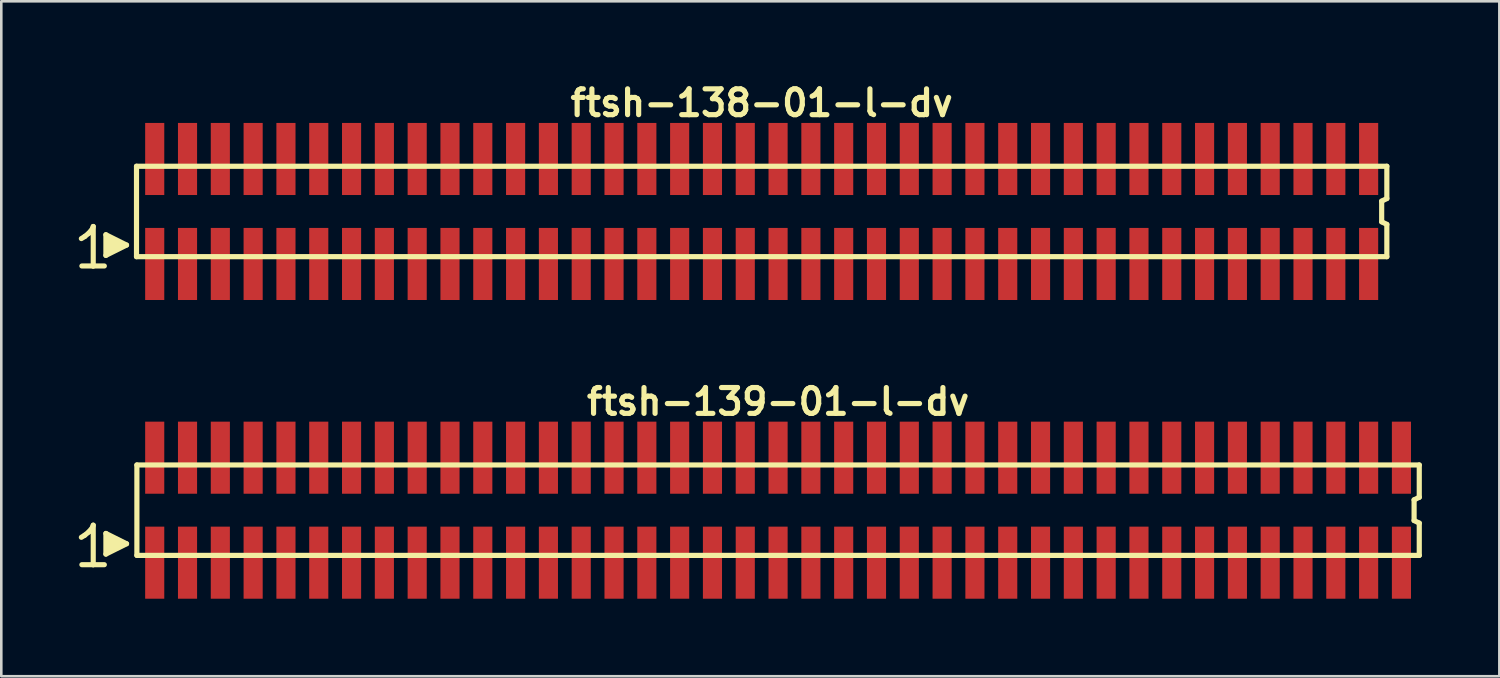
<source format=kicad_pcb>
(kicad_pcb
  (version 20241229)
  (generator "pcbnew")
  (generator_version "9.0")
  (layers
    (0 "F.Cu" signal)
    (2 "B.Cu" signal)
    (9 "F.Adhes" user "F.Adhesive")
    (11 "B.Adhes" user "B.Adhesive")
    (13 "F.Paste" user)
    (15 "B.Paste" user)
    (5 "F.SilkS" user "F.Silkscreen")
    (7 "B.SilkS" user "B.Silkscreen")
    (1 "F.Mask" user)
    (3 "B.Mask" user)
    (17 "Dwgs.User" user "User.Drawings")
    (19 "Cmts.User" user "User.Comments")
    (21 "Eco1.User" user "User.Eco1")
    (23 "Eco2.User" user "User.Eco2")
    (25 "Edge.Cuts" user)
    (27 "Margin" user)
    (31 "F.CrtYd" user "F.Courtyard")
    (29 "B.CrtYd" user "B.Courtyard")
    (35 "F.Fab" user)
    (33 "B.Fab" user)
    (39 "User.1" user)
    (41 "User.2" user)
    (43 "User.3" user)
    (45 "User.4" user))
  (footprint "ftsh-138-01-l-dv"
    (layer "F.Cu")
    (at 26.434 5.136)
    (property "Reference" "ftsh-138-01-l-dv" (at 0 -4.2 0) (layer "F.SilkS") (effects (font (size 1 1) (thickness 0.2))))
    (attr through_hole)
    (fp_line (start -26.335 1.05) (end -26.205 0.97) (stroke (width 0.198) (type solid)) (layer "F.SilkS"))
    (fp_line (start -26.205 0.97) (end -26.045 0.84) (stroke (width 0.198) (type solid)) (layer "F.SilkS"))
    (fp_line (start -26.045 0.84) (end -25.905 0.67) (stroke (width 0.198) (type solid)) (layer "F.SilkS"))
    (fp_line (start -25.905 0.67) (end -25.875 0.58) (stroke (width 0.198) (type solid)) (layer "F.SilkS"))
    (fp_line (start -25.875 0.58) (end -25.875 2.11) (stroke (width 0.198) (type solid)) (layer "F.SilkS"))
    (fp_line (start -25.875 2.11) (end -26.315 2.11) (stroke (width 0.198) (type solid)) (layer "F.SilkS"))
    (fp_line (start -25.445 2.11) (end -25.885 2.11) (stroke (width 0.198) (type solid)) (layer "F.SilkS"))
    (fp_line (start -25.385 0.9) (end -24.585 1.3) (stroke (width 0.198) (type solid)) (layer "F.SilkS"))
    (fp_line (start -25.385 1.7) (end -25.385 0.9) (stroke (width 0.198) (type solid)) (layer "F.SilkS"))
    (fp_line (start -25.285 1.6) (end -25.285 1) (stroke (width 0.198) (type solid)) (layer "F.SilkS"))
    (fp_line (start -25.185 1.1) (end -25.185 1.5) (stroke (width 0.198) (type solid)) (layer "F.SilkS"))
    (fp_line (start -25.085 1.5) (end -25.085 1.1) (stroke (width 0.198) (type solid)) (layer "F.SilkS"))
    (fp_line (start -24.985 1.2) (end -24.985 1.4) (stroke (width 0.198) (type solid)) (layer "F.SilkS"))
    (fp_line (start -24.885 1.4) (end -24.885 1.2) (stroke (width 0.198) (type solid)) (layer "F.SilkS"))
    (fp_line (start -24.585 1.3) (end -25.385 1.7) (stroke (width 0.198) (type solid)) (layer "F.SilkS"))
    (fp_line (start -24.2 -1.75) (end -24.2 1.75) (stroke (width 0.2) (type solid)) (layer "F.SilkS"))
    (fp_line (start -24.2 -1.75) (end 24.2 -1.75) (stroke (width 0.2) (type solid)) (layer "F.SilkS"))
    (fp_line (start -24.2 1.75) (end 24.2 1.75) (stroke (width 0.2) (type solid)) (layer "F.SilkS"))
    (fp_line (start 24 -0.4) (end 24 0.4) (stroke (width 0.2) (type solid)) (layer "F.SilkS"))
    (fp_line (start 24 0.4) (end 24.2 0.5) (stroke (width 0.2) (type solid)) (layer "F.SilkS"))
    (fp_line (start 24.2 -0.5) (end 24 -0.4) (stroke (width 0.2) (type solid)) (layer "F.SilkS"))
    (fp_line (start 24.2 -0.5) (end 24.2 -1.75) (stroke (width 0.2) (type solid)) (layer "F.SilkS"))
    (fp_line (start 24.2 0.5) (end 24.2 1.75) (stroke (width 0.2) (type solid)) (layer "F.SilkS"))
    (pad "1" smd rect (at -23.495 2.032) (size 0.74 2.79) (layers "F.Cu" "F.Mask" "F.Paste"))
    (pad "2" smd rect (at -23.495 -2.032) (size 0.74 2.79) (layers "F.Cu" "F.Mask" "F.Paste"))
    (pad "3" smd rect (at -22.225 2.032) (size 0.74 2.79) (layers "F.Cu" "F.Mask" "F.Paste"))
    (pad "4" smd rect (at -22.225 -2.032) (size 0.74 2.79) (layers "F.Cu" "F.Mask" "F.Paste"))
    (pad "5" smd rect (at -20.955 2.032) (size 0.74 2.79) (layers "F.Cu" "F.Mask" "F.Paste"))
    (pad "6" smd rect (at -20.955 -2.032) (size 0.74 2.79) (layers "F.Cu" "F.Mask" "F.Paste"))
    (pad "7" smd rect (at -19.685 2.032) (size 0.74 2.79) (layers "F.Cu" "F.Mask" "F.Paste"))
    (pad "8" smd rect (at -19.685 -2.032) (size 0.74 2.79) (layers "F.Cu" "F.Mask" "F.Paste"))
    (pad "9" smd rect (at -18.415 2.032) (size 0.74 2.79) (layers "F.Cu" "F.Mask" "F.Paste"))
    (pad "10" smd rect (at -18.415 -2.032) (size 0.74 2.79) (layers "F.Cu" "F.Mask" "F.Paste"))
    (pad "11" smd rect (at -17.145 2.032) (size 0.74 2.79) (layers "F.Cu" "F.Mask" "F.Paste"))
    (pad "12" smd rect (at -17.145 -2.032) (size 0.74 2.79) (layers "F.Cu" "F.Mask" "F.Paste"))
    (pad "13" smd rect (at -15.875 2.032) (size 0.74 2.79) (layers "F.Cu" "F.Mask" "F.Paste"))
    (pad "14" smd rect (at -15.875 -2.032) (size 0.74 2.79) (layers "F.Cu" "F.Mask" "F.Paste"))
    (pad "15" smd rect (at -14.605 2.032) (size 0.74 2.79) (layers "F.Cu" "F.Mask" "F.Paste"))
    (pad "16" smd rect (at -14.605 -2.032) (size 0.74 2.79) (layers "F.Cu" "F.Mask" "F.Paste"))
    (pad "17" smd rect (at -13.335 2.032) (size 0.74 2.79) (layers "F.Cu" "F.Mask" "F.Paste"))
    (pad "18" smd rect (at -13.335 -2.032) (size 0.74 2.79) (layers "F.Cu" "F.Mask" "F.Paste"))
    (pad "19" smd rect (at -12.065 2.032) (size 0.74 2.79) (layers "F.Cu" "F.Mask" "F.Paste"))
    (pad "20" smd rect (at -12.065 -2.032) (size 0.74 2.79) (layers "F.Cu" "F.Mask" "F.Paste"))
    (pad "21" smd rect (at -10.795 2.032) (size 0.74 2.79) (layers "F.Cu" "F.Mask" "F.Paste"))
    (pad "22" smd rect (at -10.795 -2.032) (size 0.74 2.79) (layers "F.Cu" "F.Mask" "F.Paste"))
    (pad "23" smd rect (at -9.525 2.032) (size 0.74 2.79) (layers "F.Cu" "F.Mask" "F.Paste"))
    (pad "24" smd rect (at -9.525 -2.032) (size 0.74 2.79) (layers "F.Cu" "F.Mask" "F.Paste"))
    (pad "25" smd rect (at -8.255 2.032) (size 0.74 2.79) (layers "F.Cu" "F.Mask" "F.Paste"))
    (pad "26" smd rect (at -8.255 -2.032) (size 0.74 2.79) (layers "F.Cu" "F.Mask" "F.Paste"))
    (pad "27" smd rect (at -6.985 2.032) (size 0.74 2.79) (layers "F.Cu" "F.Mask" "F.Paste"))
    (pad "28" smd rect (at -6.985 -2.032) (size 0.74 2.79) (layers "F.Cu" "F.Mask" "F.Paste"))
    (pad "29" smd rect (at -5.715 2.032) (size 0.74 2.79) (layers "F.Cu" "F.Mask" "F.Paste"))
    (pad "30" smd rect (at -5.715 -2.032) (size 0.74 2.79) (layers "F.Cu" "F.Mask" "F.Paste"))
    (pad "31" smd rect (at -4.445 2.032) (size 0.74 2.79) (layers "F.Cu" "F.Mask" "F.Paste"))
    (pad "32" smd rect (at -4.445 -2.032) (size 0.74 2.79) (layers "F.Cu" "F.Mask" "F.Paste"))
    (pad "33" smd rect (at -3.175 2.032) (size 0.74 2.79) (layers "F.Cu" "F.Mask" "F.Paste"))
    (pad "34" smd rect (at -3.175 -2.032) (size 0.74 2.79) (layers "F.Cu" "F.Mask" "F.Paste"))
    (pad "35" smd rect (at -1.905 2.032) (size 0.74 2.79) (layers "F.Cu" "F.Mask" "F.Paste"))
    (pad "36" smd rect (at -1.905 -2.032) (size 0.74 2.79) (layers "F.Cu" "F.Mask" "F.Paste"))
    (pad "37" smd rect (at -0.635 2.032) (size 0.74 2.79) (layers "F.Cu" "F.Mask" "F.Paste"))
    (pad "38" smd rect (at -0.635 -2.032) (size 0.74 2.79) (layers "F.Cu" "F.Mask" "F.Paste"))
    (pad "39" smd rect (at 0.635 2.032) (size 0.74 2.79) (layers "F.Cu" "F.Mask" "F.Paste"))
    (pad "40" smd rect (at 0.635 -2.032) (size 0.74 2.79) (layers "F.Cu" "F.Mask" "F.Paste"))
    (pad "41" smd rect (at 1.905 2.032) (size 0.74 2.79) (layers "F.Cu" "F.Mask" "F.Paste"))
    (pad "42" smd rect (at 1.905 -2.032) (size 0.74 2.79) (layers "F.Cu" "F.Mask" "F.Paste"))
    (pad "43" smd rect (at 3.175 2.032) (size 0.74 2.79) (layers "F.Cu" "F.Mask" "F.Paste"))
    (pad "44" smd rect (at 3.175 -2.032) (size 0.74 2.79) (layers "F.Cu" "F.Mask" "F.Paste"))
    (pad "45" smd rect (at 4.445 2.032) (size 0.74 2.79) (layers "F.Cu" "F.Mask" "F.Paste"))
    (pad "46" smd rect (at 4.445 -2.032) (size 0.74 2.79) (layers "F.Cu" "F.Mask" "F.Paste"))
    (pad "47" smd rect (at 5.715 2.032) (size 0.74 2.79) (layers "F.Cu" "F.Mask" "F.Paste"))
    (pad "48" smd rect (at 5.715 -2.032) (size 0.74 2.79) (layers "F.Cu" "F.Mask" "F.Paste"))
    (pad "49" smd rect (at 6.985 2.032) (size 0.74 2.79) (layers "F.Cu" "F.Mask" "F.Paste"))
    (pad "50" smd rect (at 6.985 -2.032) (size 0.74 2.79) (layers "F.Cu" "F.Mask" "F.Paste"))
    (pad "51" smd rect (at 8.255 2.032) (size 0.74 2.79) (layers "F.Cu" "F.Mask" "F.Paste"))
    (pad "52" smd rect (at 8.255 -2.032) (size 0.74 2.79) (layers "F.Cu" "F.Mask" "F.Paste"))
    (pad "53" smd rect (at 9.525 2.032) (size 0.74 2.79) (layers "F.Cu" "F.Mask" "F.Paste"))
    (pad "54" smd rect (at 9.525 -2.032) (size 0.74 2.79) (layers "F.Cu" "F.Mask" "F.Paste"))
    (pad "55" smd rect (at 10.795 2.032) (size 0.74 2.79) (layers "F.Cu" "F.Mask" "F.Paste"))
    (pad "56" smd rect (at 10.795 -2.032) (size 0.74 2.79) (layers "F.Cu" "F.Mask" "F.Paste"))
    (pad "57" smd rect (at 12.065 2.032) (size 0.74 2.79) (layers "F.Cu" "F.Mask" "F.Paste"))
    (pad "58" smd rect (at 12.065 -2.032) (size 0.74 2.79) (layers "F.Cu" "F.Mask" "F.Paste"))
    (pad "59" smd rect (at 13.335 2.032) (size 0.74 2.79) (layers "F.Cu" "F.Mask" "F.Paste"))
    (pad "60" smd rect (at 13.335 -2.032) (size 0.74 2.79) (layers "F.Cu" "F.Mask" "F.Paste"))
    (pad "61" smd rect (at 14.605 2.032) (size 0.74 2.79) (layers "F.Cu" "F.Mask" "F.Paste"))
    (pad "62" smd rect (at 14.605 -2.032) (size 0.74 2.79) (layers "F.Cu" "F.Mask" "F.Paste"))
    (pad "63" smd rect (at 15.875 2.032) (size 0.74 2.79) (layers "F.Cu" "F.Mask" "F.Paste"))
    (pad "64" smd rect (at 15.875 -2.032) (size 0.74 2.79) (layers "F.Cu" "F.Mask" "F.Paste"))
    (pad "65" smd rect (at 17.145 2.032) (size 0.74 2.79) (layers "F.Cu" "F.Mask" "F.Paste"))
    (pad "66" smd rect (at 17.145 -2.032) (size 0.74 2.79) (layers "F.Cu" "F.Mask" "F.Paste"))
    (pad "67" smd rect (at 18.415 2.032) (size 0.74 2.79) (layers "F.Cu" "F.Mask" "F.Paste"))
    (pad "68" smd rect (at 18.415 -2.032) (size 0.74 2.79) (layers "F.Cu" "F.Mask" "F.Paste"))
    (pad "69" smd rect (at 19.685 2.032) (size 0.74 2.79) (layers "F.Cu" "F.Mask" "F.Paste"))
    (pad "70" smd rect (at 19.685 -2.032) (size 0.74 2.79) (layers "F.Cu" "F.Mask" "F.Paste"))
    (pad "71" smd rect (at 20.955 2.032) (size 0.74 2.79) (layers "F.Cu" "F.Mask" "F.Paste"))
    (pad "72" smd rect (at 20.955 -2.032) (size 0.74 2.79) (layers "F.Cu" "F.Mask" "F.Paste"))
    (pad "73" smd rect (at 22.225 2.032) (size 0.74 2.79) (layers "F.Cu" "F.Mask" "F.Paste"))
    (pad "74" smd rect (at 22.225 -2.032) (size 0.74 2.79) (layers "F.Cu" "F.Mask" "F.Paste"))
    (pad "75" smd rect (at 23.495 2.032) (size 0.74 2.79) (layers "F.Cu" "F.Mask" "F.Paste"))
    (pad "76" smd rect (at 23.495 -2.032) (size 0.74 2.79) (layers "F.Cu" "F.Mask" "F.Paste")))
  (footprint "ftsh-139-01-l-dv"
    (layer "F.Cu")
    (at 27.069 16.699)
    (property "Reference" "ftsh-139-01-l-dv" (at 0 -4.2 0) (layer "F.SilkS") (effects (font (size 1 1) (thickness 0.2))))
    (attr through_hole)
    (fp_line (start -26.97 1.05) (end -26.84 0.97) (stroke (width 0.198) (type solid)) (layer "F.SilkS"))
    (fp_line (start -26.84 0.97) (end -26.68 0.84) (stroke (width 0.198) (type solid)) (layer "F.SilkS"))
    (fp_line (start -26.68 0.84) (end -26.54 0.67) (stroke (width 0.198) (type solid)) (layer "F.SilkS"))
    (fp_line (start -26.54 0.67) (end -26.51 0.58) (stroke (width 0.198) (type solid)) (layer "F.SilkS"))
    (fp_line (start -26.51 0.58) (end -26.51 2.11) (stroke (width 0.198) (type solid)) (layer "F.SilkS"))
    (fp_line (start -26.51 2.11) (end -26.95 2.11) (stroke (width 0.198) (type solid)) (layer "F.SilkS"))
    (fp_line (start -26.08 2.11) (end -26.52 2.11) (stroke (width 0.198) (type solid)) (layer "F.SilkS"))
    (fp_line (start -26.02 0.9) (end -25.22 1.3) (stroke (width 0.198) (type solid)) (layer "F.SilkS"))
    (fp_line (start -26.02 1.7) (end -26.02 0.9) (stroke (width 0.198) (type solid)) (layer "F.SilkS"))
    (fp_line (start -25.92 1.6) (end -25.92 1) (stroke (width 0.198) (type solid)) (layer "F.SilkS"))
    (fp_line (start -25.82 1.1) (end -25.82 1.5) (stroke (width 0.198) (type solid)) (layer "F.SilkS"))
    (fp_line (start -25.72 1.5) (end -25.72 1.1) (stroke (width 0.198) (type solid)) (layer "F.SilkS"))
    (fp_line (start -25.62 1.2) (end -25.62 1.4) (stroke (width 0.198) (type solid)) (layer "F.SilkS"))
    (fp_line (start -25.52 1.4) (end -25.52 1.2) (stroke (width 0.198) (type solid)) (layer "F.SilkS"))
    (fp_line (start -25.22 1.3) (end -26.02 1.7) (stroke (width 0.198) (type solid)) (layer "F.SilkS"))
    (fp_line (start -24.82 -1.75) (end -24.82 1.75) (stroke (width 0.2) (type solid)) (layer "F.SilkS"))
    (fp_line (start -24.82 -1.75) (end 24.82 -1.75) (stroke (width 0.2) (type solid)) (layer "F.SilkS"))
    (fp_line (start -24.82 1.75) (end 24.82 1.75) (stroke (width 0.2) (type solid)) (layer "F.SilkS"))
    (fp_line (start 24.62 -0.4) (end 24.62 0.4) (stroke (width 0.2) (type solid)) (layer "F.SilkS"))
    (fp_line (start 24.62 0.4) (end 24.82 0.5) (stroke (width 0.2) (type solid)) (layer "F.SilkS"))
    (fp_line (start 24.82 -0.5) (end 24.62 -0.4) (stroke (width 0.2) (type solid)) (layer "F.SilkS"))
    (fp_line (start 24.82 -0.5) (end 24.82 -1.75) (stroke (width 0.2) (type solid)) (layer "F.SilkS"))
    (fp_line (start 24.82 0.5) (end 24.82 1.75) (stroke (width 0.2) (type solid)) (layer "F.SilkS"))
    (pad "1" smd rect (at -24.13 2.032) (size 0.74 2.79) (layers "F.Cu" "F.Mask" "F.Paste"))
    (pad "2" smd rect (at -24.13 -2.032) (size 0.74 2.79) (layers "F.Cu" "F.Mask" "F.Paste"))
    (pad "3" smd rect (at -22.86 2.032) (size 0.74 2.79) (layers "F.Cu" "F.Mask" "F.Paste"))
    (pad "4" smd rect (at -22.86 -2.032) (size 0.74 2.79) (layers "F.Cu" "F.Mask" "F.Paste"))
    (pad "5" smd rect (at -21.59 2.032) (size 0.74 2.79) (layers "F.Cu" "F.Mask" "F.Paste"))
    (pad "6" smd rect (at -21.59 -2.032) (size 0.74 2.79) (layers "F.Cu" "F.Mask" "F.Paste"))
    (pad "7" smd rect (at -20.32 2.032) (size 0.74 2.79) (layers "F.Cu" "F.Mask" "F.Paste"))
    (pad "8" smd rect (at -20.32 -2.032) (size 0.74 2.79) (layers "F.Cu" "F.Mask" "F.Paste"))
    (pad "9" smd rect (at -19.05 2.032) (size 0.74 2.79) (layers "F.Cu" "F.Mask" "F.Paste"))
    (pad "10" smd rect (at -19.05 -2.032) (size 0.74 2.79) (layers "F.Cu" "F.Mask" "F.Paste"))
    (pad "11" smd rect (at -17.78 2.032) (size 0.74 2.79) (layers "F.Cu" "F.Mask" "F.Paste"))
    (pad "12" smd rect (at -17.78 -2.032) (size 0.74 2.79) (layers "F.Cu" "F.Mask" "F.Paste"))
    (pad "13" smd rect (at -16.51 2.032) (size 0.74 2.79) (layers "F.Cu" "F.Mask" "F.Paste"))
    (pad "14" smd rect (at -16.51 -2.032) (size 0.74 2.79) (layers "F.Cu" "F.Mask" "F.Paste"))
    (pad "15" smd rect (at -15.24 2.032) (size 0.74 2.79) (layers "F.Cu" "F.Mask" "F.Paste"))
    (pad "16" smd rect (at -15.24 -2.032) (size 0.74 2.79) (layers "F.Cu" "F.Mask" "F.Paste"))
    (pad "17" smd rect (at -13.97 2.032) (size 0.74 2.79) (layers "F.Cu" "F.Mask" "F.Paste"))
    (pad "18" smd rect (at -13.97 -2.032) (size 0.74 2.79) (layers "F.Cu" "F.Mask" "F.Paste"))
    (pad "19" smd rect (at -12.7 2.032) (size 0.74 2.79) (layers "F.Cu" "F.Mask" "F.Paste"))
    (pad "20" smd rect (at -12.7 -2.032) (size 0.74 2.79) (layers "F.Cu" "F.Mask" "F.Paste"))
    (pad "21" smd rect (at -11.43 2.032) (size 0.74 2.79) (layers "F.Cu" "F.Mask" "F.Paste"))
    (pad "22" smd rect (at -11.43 -2.032) (size 0.74 2.79) (layers "F.Cu" "F.Mask" "F.Paste"))
    (pad "23" smd rect (at -10.16 2.032) (size 0.74 2.79) (layers "F.Cu" "F.Mask" "F.Paste"))
    (pad "24" smd rect (at -10.16 -2.032) (size 0.74 2.79) (layers "F.Cu" "F.Mask" "F.Paste"))
    (pad "25" smd rect (at -8.89 2.032) (size 0.74 2.79) (layers "F.Cu" "F.Mask" "F.Paste"))
    (pad "26" smd rect (at -8.89 -2.032) (size 0.74 2.79) (layers "F.Cu" "F.Mask" "F.Paste"))
    (pad "27" smd rect (at -7.62 2.032) (size 0.74 2.79) (layers "F.Cu" "F.Mask" "F.Paste"))
    (pad "28" smd rect (at -7.62 -2.032) (size 0.74 2.79) (layers "F.Cu" "F.Mask" "F.Paste"))
    (pad "29" smd rect (at -6.35 2.032) (size 0.74 2.79) (layers "F.Cu" "F.Mask" "F.Paste"))
    (pad "30" smd rect (at -6.35 -2.032) (size 0.74 2.79) (layers "F.Cu" "F.Mask" "F.Paste"))
    (pad "31" smd rect (at -5.08 2.032) (size 0.74 2.79) (layers "F.Cu" "F.Mask" "F.Paste"))
    (pad "32" smd rect (at -5.08 -2.032) (size 0.74 2.79) (layers "F.Cu" "F.Mask" "F.Paste"))
    (pad "33" smd rect (at -3.81 2.032) (size 0.74 2.79) (layers "F.Cu" "F.Mask" "F.Paste"))
    (pad "34" smd rect (at -3.81 -2.032) (size 0.74 2.79) (layers "F.Cu" "F.Mask" "F.Paste"))
    (pad "35" smd rect (at -2.54 2.032) (size 0.74 2.79) (layers "F.Cu" "F.Mask" "F.Paste"))
    (pad "36" smd rect (at -2.54 -2.032) (size 0.74 2.79) (layers "F.Cu" "F.Mask" "F.Paste"))
    (pad "37" smd rect (at -1.27 2.032) (size 0.74 2.79) (layers "F.Cu" "F.Mask" "F.Paste"))
    (pad "38" smd rect (at -1.27 -2.032) (size 0.74 2.79) (layers "F.Cu" "F.Mask" "F.Paste"))
    (pad "39" smd rect (at 0 2.032) (size 0.74 2.79) (layers "F.Cu" "F.Mask" "F.Paste"))
    (pad "40" smd rect (at 0 -2.032) (size 0.74 2.79) (layers "F.Cu" "F.Mask" "F.Paste"))
    (pad "41" smd rect (at 1.27 2.032) (size 0.74 2.79) (layers "F.Cu" "F.Mask" "F.Paste"))
    (pad "42" smd rect (at 1.27 -2.032) (size 0.74 2.79) (layers "F.Cu" "F.Mask" "F.Paste"))
    (pad "43" smd rect (at 2.54 2.032) (size 0.74 2.79) (layers "F.Cu" "F.Mask" "F.Paste"))
    (pad "44" smd rect (at 2.54 -2.032) (size 0.74 2.79) (layers "F.Cu" "F.Mask" "F.Paste"))
    (pad "45" smd rect (at 3.81 2.032) (size 0.74 2.79) (layers "F.Cu" "F.Mask" "F.Paste"))
    (pad "46" smd rect (at 3.81 -2.032) (size 0.74 2.79) (layers "F.Cu" "F.Mask" "F.Paste"))
    (pad "47" smd rect (at 5.08 2.032) (size 0.74 2.79) (layers "F.Cu" "F.Mask" "F.Paste"))
    (pad "48" smd rect (at 5.08 -2.032) (size 0.74 2.79) (layers "F.Cu" "F.Mask" "F.Paste"))
    (pad "49" smd rect (at 6.35 2.032) (size 0.74 2.79) (layers "F.Cu" "F.Mask" "F.Paste"))
    (pad "50" smd rect (at 6.35 -2.032) (size 0.74 2.79) (layers "F.Cu" "F.Mask" "F.Paste"))
    (pad "51" smd rect (at 7.62 2.032) (size 0.74 2.79) (layers "F.Cu" "F.Mask" "F.Paste"))
    (pad "52" smd rect (at 7.62 -2.032) (size 0.74 2.79) (layers "F.Cu" "F.Mask" "F.Paste"))
    (pad "53" smd rect (at 8.89 2.032) (size 0.74 2.79) (layers "F.Cu" "F.Mask" "F.Paste"))
    (pad "54" smd rect (at 8.89 -2.032) (size 0.74 2.79) (layers "F.Cu" "F.Mask" "F.Paste"))
    (pad "55" smd rect (at 10.16 2.032) (size 0.74 2.79) (layers "F.Cu" "F.Mask" "F.Paste"))
    (pad "56" smd rect (at 10.16 -2.032) (size 0.74 2.79) (layers "F.Cu" "F.Mask" "F.Paste"))
    (pad "57" smd rect (at 11.43 2.032) (size 0.74 2.79) (layers "F.Cu" "F.Mask" "F.Paste"))
    (pad "58" smd rect (at 11.43 -2.032) (size 0.74 2.79) (layers "F.Cu" "F.Mask" "F.Paste"))
    (pad "59" smd rect (at 12.7 2.032) (size 0.74 2.79) (layers "F.Cu" "F.Mask" "F.Paste"))
    (pad "60" smd rect (at 12.7 -2.032) (size 0.74 2.79) (layers "F.Cu" "F.Mask" "F.Paste"))
    (pad "61" smd rect (at 13.97 2.032) (size 0.74 2.79) (layers "F.Cu" "F.Mask" "F.Paste"))
    (pad "62" smd rect (at 13.97 -2.032) (size 0.74 2.79) (layers "F.Cu" "F.Mask" "F.Paste"))
    (pad "63" smd rect (at 15.24 2.032) (size 0.74 2.79) (layers "F.Cu" "F.Mask" "F.Paste"))
    (pad "64" smd rect (at 15.24 -2.032) (size 0.74 2.79) (layers "F.Cu" "F.Mask" "F.Paste"))
    (pad "65" smd rect (at 16.51 2.032) (size 0.74 2.79) (layers "F.Cu" "F.Mask" "F.Paste"))
    (pad "66" smd rect (at 16.51 -2.032) (size 0.74 2.79) (layers "F.Cu" "F.Mask" "F.Paste"))
    (pad "67" smd rect (at 17.78 2.032) (size 0.74 2.79) (layers "F.Cu" "F.Mask" "F.Paste"))
    (pad "68" smd rect (at 17.78 -2.032) (size 0.74 2.79) (layers "F.Cu" "F.Mask" "F.Paste"))
    (pad "69" smd rect (at 19.05 2.032) (size 0.74 2.79) (layers "F.Cu" "F.Mask" "F.Paste"))
    (pad "70" smd rect (at 19.05 -2.032) (size 0.74 2.79) (layers "F.Cu" "F.Mask" "F.Paste"))
    (pad "71" smd rect (at 20.32 2.032) (size 0.74 2.79) (layers "F.Cu" "F.Mask" "F.Paste"))
    (pad "72" smd rect (at 20.32 -2.032) (size 0.74 2.79) (layers "F.Cu" "F.Mask" "F.Paste"))
    (pad "73" smd rect (at 21.59 2.032) (size 0.74 2.79) (layers "F.Cu" "F.Mask" "F.Paste"))
    (pad "74" smd rect (at 21.59 -2.032) (size 0.74 2.79) (layers "F.Cu" "F.Mask" "F.Paste"))
    (pad "75" smd rect (at 22.86 2.032) (size 0.74 2.79) (layers "F.Cu" "F.Mask" "F.Paste"))
    (pad "76" smd rect (at 22.86 -2.032) (size 0.74 2.79) (layers "F.Cu" "F.Mask" "F.Paste"))
    (pad "77" smd rect (at 24.13 2.032) (size 0.74 2.79) (layers "F.Cu" "F.Mask" "F.Paste"))
    (pad "78" smd rect (at 24.13 -2.032) (size 0.74 2.79) (layers "F.Cu" "F.Mask" "F.Paste")))
  (gr_rect
    (start -3 -3)
    (end 54.989 23.126)
    (stroke (width 0.1) (type default))
    (fill no)
    (layer "Edge.Cuts")))
</source>
